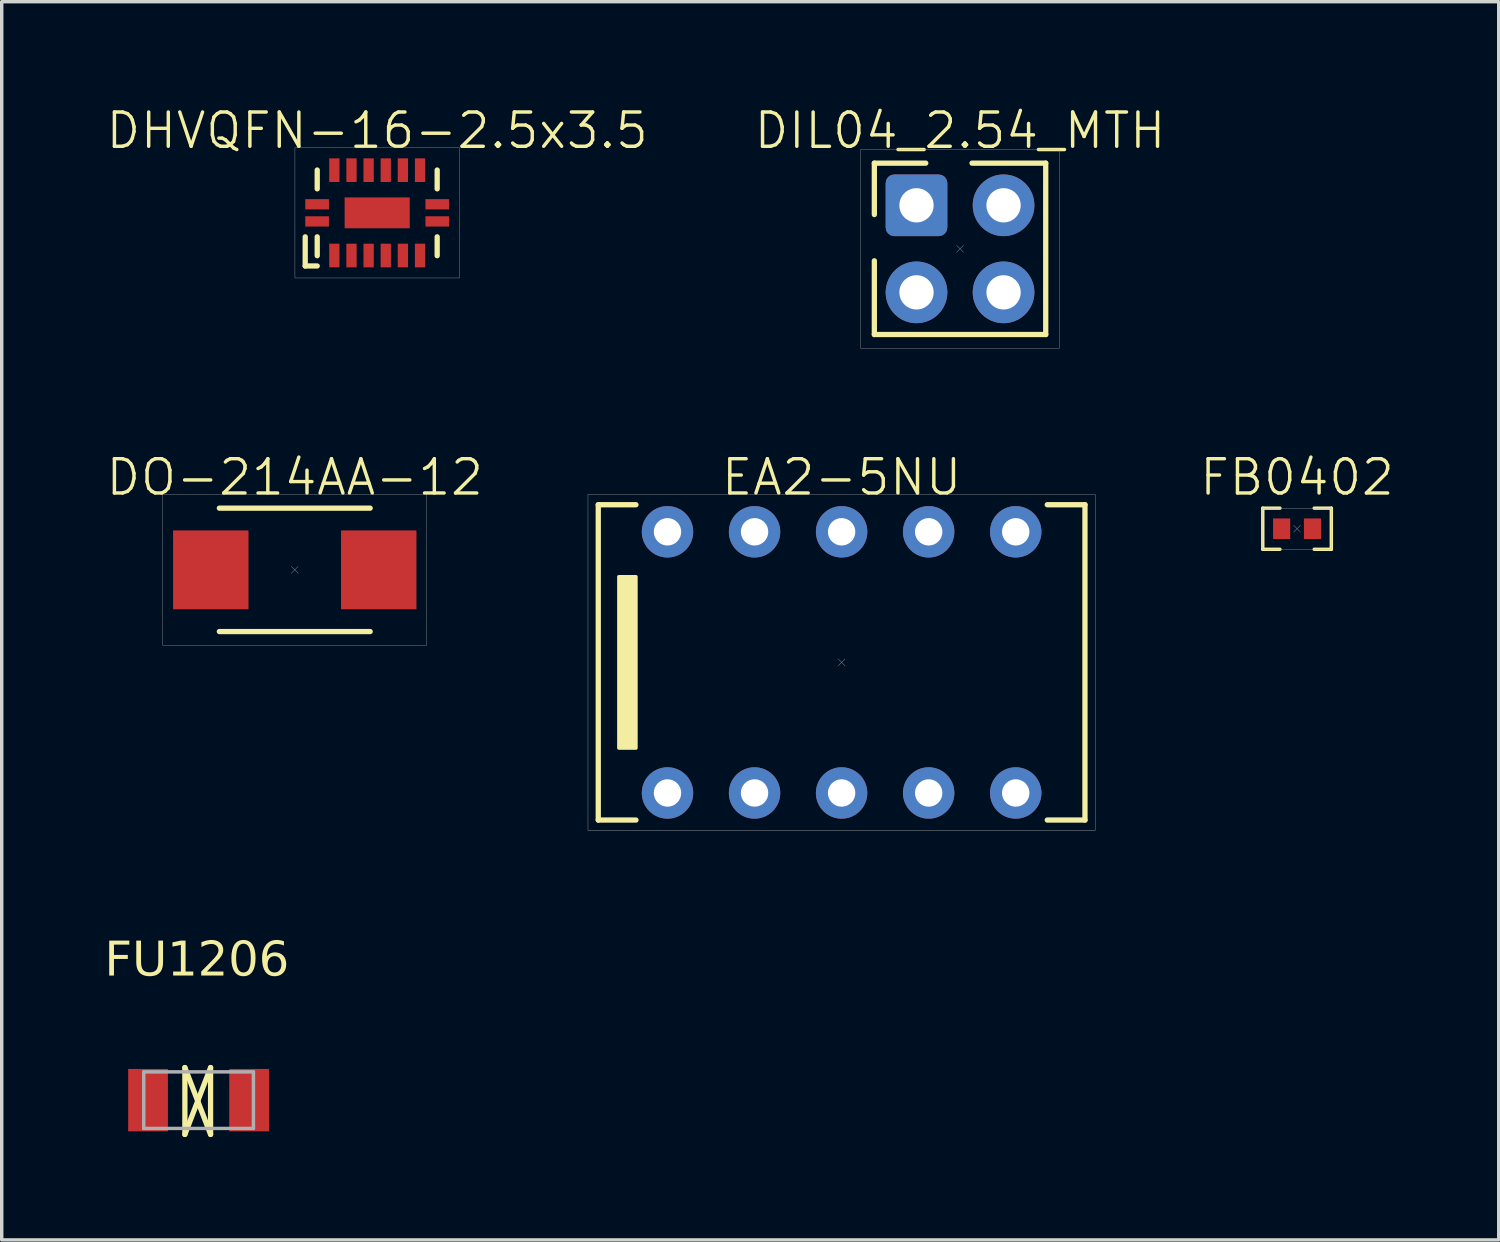
<source format=kicad_pcb>
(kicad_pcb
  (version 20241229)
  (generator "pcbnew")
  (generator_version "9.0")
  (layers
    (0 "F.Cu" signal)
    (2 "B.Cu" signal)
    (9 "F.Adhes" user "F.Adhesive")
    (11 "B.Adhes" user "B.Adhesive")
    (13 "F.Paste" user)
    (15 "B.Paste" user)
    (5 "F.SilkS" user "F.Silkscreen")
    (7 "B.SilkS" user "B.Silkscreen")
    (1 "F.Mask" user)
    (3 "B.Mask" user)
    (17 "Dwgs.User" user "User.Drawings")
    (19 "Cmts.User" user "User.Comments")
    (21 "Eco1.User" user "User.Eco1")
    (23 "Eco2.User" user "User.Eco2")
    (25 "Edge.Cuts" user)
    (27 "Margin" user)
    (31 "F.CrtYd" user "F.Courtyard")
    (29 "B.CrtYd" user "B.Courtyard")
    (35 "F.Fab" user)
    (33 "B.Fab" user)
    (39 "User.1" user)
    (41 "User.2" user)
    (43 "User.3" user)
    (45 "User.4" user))
  (footprint "DO-214AA-12"
    (layer "F.Cu")
    (at 5.55 13.576)
    (property "Reference" "DO-214AA-12" (at 0 -2.7 0) (unlocked yes) (layer "F.SilkS") (effects (font (size 1 1) (thickness 0.1))))
    (attr smd)
    (fp_line (start -2.2 -1.8) (end 2.2 -1.8) (stroke (width 0.154) (type default)) (layer "F.SilkS"))
    (fp_line (start -2.2 1.8) (end 2.2 1.8) (stroke (width 0.154) (type default)) (layer "F.SilkS"))
    (fp_line (start -0.1 -0.1) (end 0.1 0.1) (stroke (width 0.01) (type default)) (layer "F.Fab"))
    (fp_line (start 0.1 -0.1) (end -0.1 0.1) (stroke (width 0.01) (type default)) (layer "F.Fab"))
    (fp_rect (start -3.85 -2.2) (end 3.85 2.2) (stroke (width 0.01) (type default)) (fill no) (layer "F.Fab"))
    (pad "1" smd rect (at -2.45 0) (size 2.2 2.3) (layers "F.Cu" "F.Mask" "F.Paste"))
    (pad "2" smd rect (at 2.45 0) (size 2.2 2.3) (layers "F.Cu" "F.Mask" "F.Paste")))
  (footprint "EA2-5NU"
    (layer "F.Cu")
    (at 21.505 16.276)
    (property "Reference" "EA2-5NU" (at 0 -5.4 0) (unlocked yes) (layer "F.SilkS") (effects (font (size 1 1) (thickness 0.1))))
    (attr through_hole)
    (fp_line (start -7.1 -4.6) (end -7.1 4.6) (stroke (width 0.154) (type default)) (layer "F.SilkS"))
    (fp_line (start -7.1 -4.6) (end -6 -4.6) (stroke (width 0.154) (type default)) (layer "F.SilkS"))
    (fp_line (start -7.1 4.6) (end -6 4.6) (stroke (width 0.154) (type default)) (layer "F.SilkS"))
    (fp_line (start 7.1 -4.6) (end 6 -4.6) (stroke (width 0.154) (type default)) (layer "F.SilkS"))
    (fp_line (start 7.1 4.6) (end 6 4.6) (stroke (width 0.154) (type default)) (layer "F.SilkS"))
    (fp_line (start 7.1 4.6) (end 7.1 -4.6) (stroke (width 0.154) (type default)) (layer "F.SilkS"))
    (fp_rect (start -6.5 -2.5) (end -6 2.5) (stroke (width 0.1) (type solid)) (fill yes) (layer "F.SilkS"))
    (fp_line (start -0.1 -0.1) (end 0.1 0.1) (stroke (width 0.01) (type default)) (layer "F.Fab"))
    (fp_line (start 0.1 -0.1) (end -0.1 0.1) (stroke (width 0.01) (type default)) (layer "F.Fab"))
    (fp_rect (start -7.4 -4.9) (end 7.4 4.9) (stroke (width 0.01) (type default)) (fill no) (layer "F.Fab"))
    (pad "1" thru_hole circle (at -5.08 -3.81) (size 1.5 1.5) (drill 0.8) (layers "*.Cu" "*.Mask"))
    (pad "2" thru_hole circle (at -2.54 -3.81) (size 1.5 1.5) (drill 0.8) (layers "*.Cu" "*.Mask"))
    (pad "3" thru_hole circle (at 0 -3.81) (size 1.5 1.5) (drill 0.8) (layers "*.Cu" "*.Mask"))
    (pad "4" thru_hole circle (at 2.54 -3.81) (size 1.5 1.5) (drill 0.8) (layers "*.Cu" "*.Mask"))
    (pad "5" thru_hole circle (at 5.08 -3.81) (size 1.5 1.5) (drill 0.8) (layers "*.Cu" "*.Mask"))
    (pad "6" thru_hole circle (at 5.08 3.81) (size 1.5 1.5) (drill 0.8) (layers "*.Cu" "*.Mask"))
    (pad "7" thru_hole circle (at 2.54 3.81) (size 1.5 1.5) (drill 0.8) (layers "*.Cu" "*.Mask"))
    (pad "8" thru_hole circle (at 0 3.81) (size 1.5 1.5) (drill 0.8) (layers "*.Cu" "*.Mask"))
    (pad "9" thru_hole circle (at -2.54 3.81) (size 1.5 1.5) (drill 0.8) (layers "*.Cu" "*.Mask"))
    (pad "10" thru_hole circle (at -5.08 3.81) (size 1.5 1.5) (drill 0.8) (layers "*.Cu" "*.Mask")))
  (footprint "DIL04_2.54_MTH"
    (layer "F.Cu")
    (at 24.96 4.21)
    (property "Reference" "DIL04_2.54_MTH" (at 0 -3.45 0) (unlocked yes) (layer "F.SilkS") (effects (font (size 1 1) (thickness 0.1))))
    (attr through_hole)
    (fp_line (start -2.5 -2.5) (end -1 -2.5) (stroke (width 0.154) (type default)) (layer "F.SilkS"))
    (fp_line (start -2.5 -1) (end -2.5 -2.5) (stroke (width 0.154) (type default)) (layer "F.SilkS"))
    (fp_line (start -2.5 2.5) (end -2.5 0.35) (stroke (width 0.154) (type default)) (layer "F.SilkS"))
    (fp_line (start -2.5 2.5) (end 2.5 2.5) (stroke (width 0.154) (type default)) (layer "F.SilkS"))
    (fp_line (start 0.35 -2.5) (end 2.5 -2.5) (stroke (width 0.154) (type default)) (layer "F.SilkS"))
    (fp_line (start 2.5 2.5) (end 2.5 -2.5) (stroke (width 0.154) (type default)) (layer "F.SilkS"))
    (fp_line (start -0.1 -0.1) (end 0.1 0.1) (stroke (width 0.01) (type default)) (layer "F.Fab"))
    (fp_line (start 0.1 -0.1) (end -0.1 0.1) (stroke (width 0.01) (type default)) (layer "F.Fab"))
    (fp_rect (start -2.9 -2.9) (end 2.9 2.9) (stroke (width 0.01) (type default)) (fill no) (layer "F.Fab"))
    (pad "1" thru_hole roundrect (at -1.27 -1.27) (size 1.8 1.8) (drill 1) (layers "*.Cu" "*.Mask") (roundrect_rratio 0.139))
    (pad "2" thru_hole circle (at 1.27 -1.27) (size 1.8 1.8) (drill 1) (layers "*.Cu" "*.Mask"))
    (pad "3" thru_hole circle (at -1.27 1.27) (size 1.8 1.8) (drill 1) (layers "*.Cu" "*.Mask"))
    (pad "4" thru_hole circle (at 1.27 1.27) (size 1.8 1.8) (drill 1) (layers "*.Cu" "*.Mask")))
  (footprint "FU1206"
    (layer "F.Cu")
    (at 2.744 29.048)
    (property "Reference" "FU1206" (at -0.05 -4.05 0) (layer "F.SilkS") (effects (font (face "Arial") (size 1 1) (thickness 0.16))))
    (attr smd)
    (fp_line (start -0.4 -0.95) (end -0.4 1) (stroke (width 0.154) (type solid)) (layer "F.SilkS"))
    (fp_line (start -0.4 -0.95) (end 0.35 1) (stroke (width 0.154) (type default)) (layer "F.SilkS"))
    (fp_line (start -0.4 1) (end 0.35 -0.95) (stroke (width 0.154) (type default)) (layer "F.SilkS"))
    (fp_line (start 0.35 -0.95) (end 0.35 1) (stroke (width 0.154) (type solid)) (layer "F.SilkS"))
    (fp_line (start -1.6 -0.825) (end 1.6 -0.825) (stroke (width 0.1) (type solid)) (layer "F.Fab"))
    (fp_line (start -1.6 0.825) (end -1.6 -0.825) (stroke (width 0.1) (type solid)) (layer "F.Fab"))
    (fp_line (start 1.6 -0.825) (end 1.6 0.825) (stroke (width 0.1) (type solid)) (layer "F.Fab"))
    (fp_line (start 1.6 0.825) (end -1.6 0.825) (stroke (width 0.1) (type solid)) (layer "F.Fab"))
    (pad "1" smd rect (at -1.475 0) (size 1.16 1.82) (layers "F.Cu" "F.Mask" "F.Paste"))
    (pad "2" smd rect (at 1.475 0) (size 1.16 1.82) (layers "F.Cu" "F.Mask" "F.Paste")))
  (footprint "FB0402"
    (layer "F.Cu")
    (at 34.793 12.376)
    (property "Reference" "FB0402" (at 0 -1.5 0) (unlocked yes) (layer "F.SilkS") (effects (font (size 1 1) (thickness 0.1))))
    (attr smd)
    (fp_line (start -1 -0.6) (end -1 0.6) (stroke (width 0.1) (type default)) (layer "F.SilkS"))
    (fp_line (start -1 -0.6) (end -0.5 -0.6) (stroke (width 0.1) (type default)) (layer "F.SilkS"))
    (fp_line (start -1 0.6) (end -0.5 0.6) (stroke (width 0.1) (type default)) (layer "F.SilkS"))
    (fp_line (start 0.5 0.6) (end 1 0.6) (stroke (width 0.1) (type default)) (layer "F.SilkS"))
    (fp_line (start 1 -0.6) (end 0.5 -0.6) (stroke (width 0.1) (type default)) (layer "F.SilkS"))
    (fp_line (start 1 0.6) (end 1 -0.6) (stroke (width 0.1) (type default)) (layer "F.SilkS"))
    (fp_line (start -0.1 -0.1) (end 0.1 0.1) (stroke (width 0.01) (type default)) (layer "F.Fab"))
    (fp_line (start 0.1 -0.1) (end -0.1 0.1) (stroke (width 0.01) (type default)) (layer "F.Fab"))
    (fp_rect (start -1 -0.6) (end 1 0.6) (stroke (width 0.01) (type default)) (fill no) (layer "F.Fab"))
    (pad "1" smd rect (at -0.45 0) (size 0.5 0.6) (layers "F.Cu" "F.Mask" "F.Paste"))
    (pad "2" smd rect (at 0.45 0) (size 0.5 0.6) (layers "F.Cu" "F.Mask" "F.Paste")))
  (footprint "DHVQFN-16-2.5x3.5"
    (layer "F.Cu")
    (at 7.955 3.16)
    (property "Reference" "DHVQFN-16-2.5x3.5" (at 0 -2.4 0) (unlocked yes) (layer "F.SilkS") (effects (font (size 1 1) (thickness 0.1))))
    (attr smd)
    (fp_line (start -2.1 0.7) (end -2.1 1.55) (stroke (width 0.154) (type default)) (layer "F.SilkS"))
    (fp_line (start -2.1 1.55) (end -1.75 1.55) (stroke (width 0.154) (type default)) (layer "F.SilkS"))
    (fp_line (start -1.75 -1.25) (end -1.75 -0.7) (stroke (width 0.154) (type default)) (layer "F.SilkS"))
    (fp_line (start -1.75 0.7) (end -1.75 1.25) (stroke (width 0.154) (type default)) (layer "F.SilkS"))
    (fp_line (start 1.75 -1.25) (end 1.75 -0.7) (stroke (width 0.154) (type default)) (layer "F.SilkS"))
    (fp_line (start 1.75 0.7) (end 1.75 1.25) (stroke (width 0.154) (type default)) (layer "F.SilkS"))
    (fp_rect (start -2.4 -1.9) (end 2.4 1.9) (stroke (width 0.01) (type default)) (fill no) (layer "F.Fab"))
    (pad "1" smd rect (at -1.753 0.25 90) (size 0.3 0.69) (layers "F.Cu" "F.Mask" "F.Paste"))
    (pad "2" smd rect (at -1.25 1.245 180) (size 0.3 0.69) (layers "F.Cu" "F.Mask" "F.Paste"))
    (pad "3" smd rect (at -0.75 1.245 180) (size 0.3 0.69) (layers "F.Cu" "F.Mask" "F.Paste"))
    (pad "4" smd rect (at -0.25 1.245 180) (size 0.3 0.69) (layers "F.Cu" "F.Mask" "F.Paste"))
    (pad "5" smd rect (at 0.25 1.245 180) (size 0.3 0.69) (layers "F.Cu" "F.Mask" "F.Paste"))
    (pad "6" smd rect (at 0.75 1.245 180) (size 0.3 0.69) (layers "F.Cu" "F.Mask" "F.Paste"))
    (pad "7" smd rect (at 1.25 1.245 180) (size 0.3 0.69) (layers "F.Cu" "F.Mask" "F.Paste"))
    (pad "8" smd rect (at 1.753 0.25 90) (size 0.3 0.69) (layers "F.Cu" "F.Mask" "F.Paste"))
    (pad "9" smd rect (at 1.753 -0.25 90) (size 0.3 0.69) (layers "F.Cu" "F.Mask" "F.Paste"))
    (pad "10" smd rect (at 1.25 -1.245 180) (size 0.3 0.69) (layers "F.Cu" "F.Mask" "F.Paste"))
    (pad "11" smd rect (at 0.75 -1.245 180) (size 0.3 0.69) (layers "F.Cu" "F.Mask" "F.Paste"))
    (pad "12" smd rect (at 0.25 -1.245 180) (size 0.3 0.69) (layers "F.Cu" "F.Mask" "F.Paste"))
    (pad "13" smd rect (at -0.25 -1.245 180) (size 0.3 0.69) (layers "F.Cu" "F.Mask" "F.Paste"))
    (pad "14" smd rect (at -0.75 -1.245 180) (size 0.3 0.69) (layers "F.Cu" "F.Mask" "F.Paste"))
    (pad "15" smd rect (at -1.25 -1.245 180) (size 0.3 0.69) (layers "F.Cu" "F.Mask" "F.Paste"))
    (pad "16" smd rect (at -1.753 -0.25 90) (size 0.3 0.69) (layers "F.Cu" "F.Mask" "F.Paste"))
    (pad "17" smd rect (at 0 0 90) (size 0.9 1.9) (layers "F.Cu" "F.Mask" "F.Paste")))
  (gr_rect
    (start -3 -3)
    (end 40.677 33.125)
    (stroke (width 0.1) (type default))
    (fill no)
    (layer "Edge.Cuts")))
</source>
